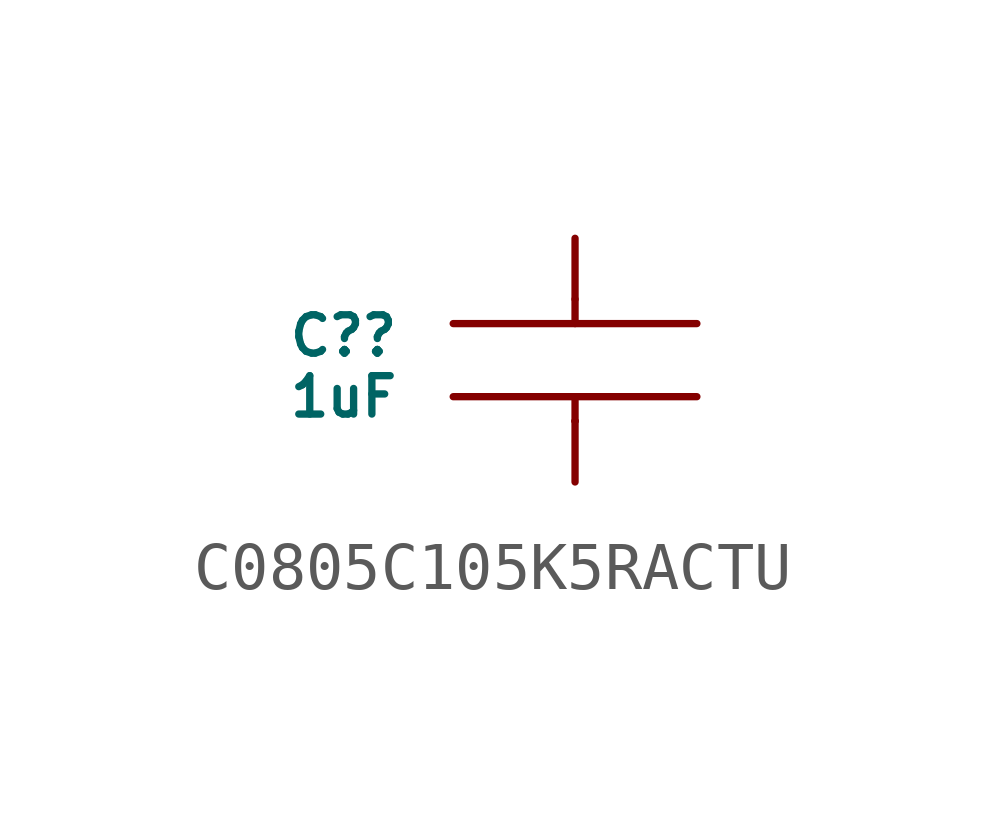
<source format=kicad_sym>
(kicad_symbol_lib
  (version 20231120)
  (generator "kicad_symbol_editor")
  (generator_version "8.0")
  (symbol "C0805C105K5RACTU"
    (pin_numbers hide)
    (pin_names hide)
    (property "Reference" "C?"
      (at -4.826 0.508 0)
      (do_not_autoplace)
      (effects (font (size 0.8 0.8))))
    (property "Value" "1uF"
      (at -4.826 -0.762 0)
      (do_not_autoplace)
      (effects (font (size 0.8 0.8))))
    (symbol "C0805C105K5RACTU_0_1"
      (polyline (pts (xy 0 -1.27) (xy 0 -1.27)) (stroke (width 0) (type default)) (fill (type none)))
      (polyline (pts (xy 0 -1.27) (xy 0 -0.762)) (stroke (width 0) (type default)) (fill (type none)))
      (polyline (pts (xy 0 0.762) (xy 0 1.27)) (stroke (width 0) (type default)) (fill (type none))))
    (symbol "C0805C105K5RACTU_1_0"
      (pin passive line (at 0 -2.54 90) (length 1.27) (name "" (effects (font (size 0.8 0.8)))) (number "1" (effects (font (size 0.8 0.8)))))
      (pin passive line (at 0 2.54 270) (length 1.27) (name "" (effects (font (size 0.8 0.8)))) (number "2" (effects (font (size 0.8 0.8))))))
    (symbol "C0805C105K5RACTU_1_1"
      (polyline (pts (xy -2.54 -0.762) (xy 2.54 -0.762)) (stroke (width 0) (type solid)) (fill (type none)))
      (polyline (pts (xy -2.54 0.762) (xy 2.54 0.762)) (stroke (width 0) (type solid)) (fill (type none))))))
</source>
